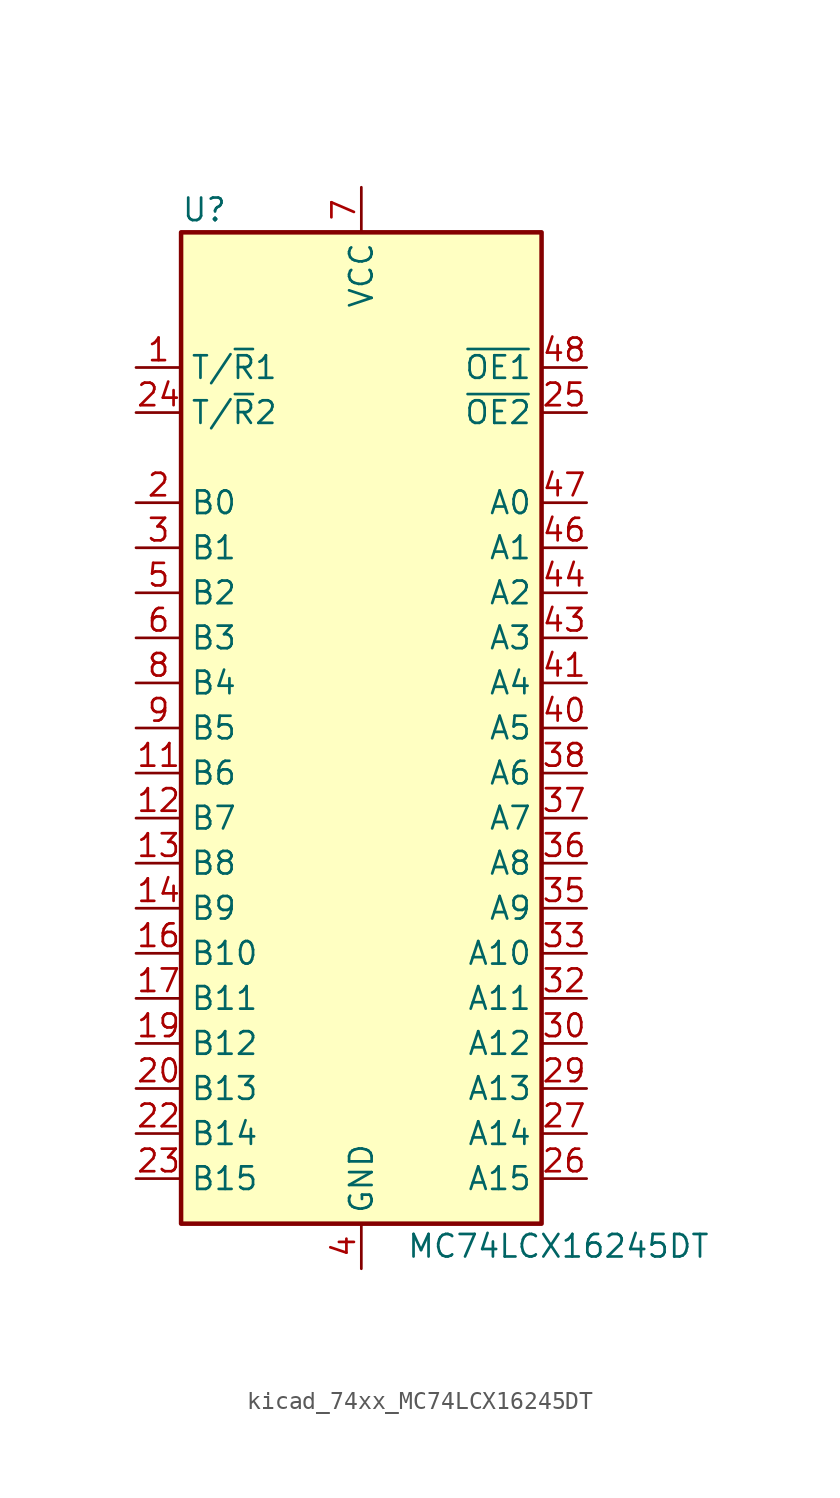
<source format=kicad_sym>
(kicad_symbol_lib
  (version 20220914)
  (generator kicad_symbol_editor)
  (symbol "kicad_74xx_MC74LCX16245DT"
    (property "Reference" "U"
      (at -10.16 29.21 0)
      (effects (font (size 1.27 1.27)) (justify left)))
    (property "Value" "MC74LCX16245DT"
      (at 2.54 -29.21 0)
      (effects (font (size 1.27 1.27)) (justify left)))
    (symbol "kicad_74xx_MC74LCX16245DT_0_1"
      (rectangle (start -10.16 27.94) (end 10.16 -27.94) (stroke (width 0.254) (type default)) (fill (type background))))
    (symbol "kicad_74xx_MC74LCX16245DT_1_1"
      (pin input line (at -12.7 20.32 0) (length 2.54) (name "T/~{R}1" (effects (font (size 1.27 1.27)))) (number "1" (effects (font (size 1.27 1.27)))))
      (pin passive line (at 0 -30.48 90) (length 2.54) hide (name "GND" (effects (font (size 1.27 1.27)))) (number "10" (effects (font (size 1.27 1.27)))))
      (pin bidirectional line (at -12.7 -2.54 0) (length 2.54) (name "B6" (effects (font (size 1.27 1.27)))) (number "11" (effects (font (size 1.27 1.27)))))
      (pin bidirectional line (at -12.7 -5.08 0) (length 2.54) (name "B7" (effects (font (size 1.27 1.27)))) (number "12" (effects (font (size 1.27 1.27)))))
      (pin bidirectional line (at -12.7 -7.62 0) (length 2.54) (name "B8" (effects (font (size 1.27 1.27)))) (number "13" (effects (font (size 1.27 1.27)))))
      (pin bidirectional line (at -12.7 -10.16 0) (length 2.54) (name "B9" (effects (font (size 1.27 1.27)))) (number "14" (effects (font (size 1.27 1.27)))))
      (pin passive line (at 0 -30.48 90) (length 2.54) hide (name "GND" (effects (font (size 1.27 1.27)))) (number "15" (effects (font (size 1.27 1.27)))))
      (pin bidirectional line (at -12.7 -12.7 0) (length 2.54) (name "B10" (effects (font (size 1.27 1.27)))) (number "16" (effects (font (size 1.27 1.27)))))
      (pin bidirectional line (at -12.7 -15.24 0) (length 2.54) (name "B11" (effects (font (size 1.27 1.27)))) (number "17" (effects (font (size 1.27 1.27)))))
      (pin passive line (at 0 30.48 270) (length 2.54) hide (name "VCC" (effects (font (size 1.27 1.27)))) (number "18" (effects (font (size 1.27 1.27)))))
      (pin bidirectional line (at -12.7 -17.78 0) (length 2.54) (name "B12" (effects (font (size 1.27 1.27)))) (number "19" (effects (font (size 1.27 1.27)))))
      (pin bidirectional line (at -12.7 12.7 0) (length 2.54) (name "B0" (effects (font (size 1.27 1.27)))) (number "2" (effects (font (size 1.27 1.27)))))
      (pin bidirectional line (at -12.7 -20.32 0) (length 2.54) (name "B13" (effects (font (size 1.27 1.27)))) (number "20" (effects (font (size 1.27 1.27)))))
      (pin passive line (at 0 -30.48 90) (length 2.54) hide (name "GND" (effects (font (size 1.27 1.27)))) (number "21" (effects (font (size 1.27 1.27)))))
      (pin bidirectional line (at -12.7 -22.86 0) (length 2.54) (name "B14" (effects (font (size 1.27 1.27)))) (number "22" (effects (font (size 1.27 1.27)))))
      (pin bidirectional line (at -12.7 -25.4 0) (length 2.54) (name "B15" (effects (font (size 1.27 1.27)))) (number "23" (effects (font (size 1.27 1.27)))))
      (pin input line (at -12.7 17.78 0) (length 2.54) (name "T/~{R}2" (effects (font (size 1.27 1.27)))) (number "24" (effects (font (size 1.27 1.27)))))
      (pin input line (at 12.7 17.78 180) (length 2.54) (name "~{OE2}" (effects (font (size 1.27 1.27)))) (number "25" (effects (font (size 1.27 1.27)))))
      (pin bidirectional line (at 12.7 -25.4 180) (length 2.54) (name "A15" (effects (font (size 1.27 1.27)))) (number "26" (effects (font (size 1.27 1.27)))))
      (pin bidirectional line (at 12.7 -22.86 180) (length 2.54) (name "A14" (effects (font (size 1.27 1.27)))) (number "27" (effects (font (size 1.27 1.27)))))
      (pin passive line (at 0 -30.48 90) (length 2.54) hide (name "GND" (effects (font (size 1.27 1.27)))) (number "28" (effects (font (size 1.27 1.27)))))
      (pin bidirectional line (at 12.7 -20.32 180) (length 2.54) (name "A13" (effects (font (size 1.27 1.27)))) (number "29" (effects (font (size 1.27 1.27)))))
      (pin bidirectional line (at -12.7 10.16 0) (length 2.54) (name "B1" (effects (font (size 1.27 1.27)))) (number "3" (effects (font (size 1.27 1.27)))))
      (pin bidirectional line (at 12.7 -17.78 180) (length 2.54) (name "A12" (effects (font (size 1.27 1.27)))) (number "30" (effects (font (size 1.27 1.27)))))
      (pin passive line (at 0 30.48 270) (length 2.54) hide (name "VCC" (effects (font (size 1.27 1.27)))) (number "31" (effects (font (size 1.27 1.27)))))
      (pin bidirectional line (at 12.7 -15.24 180) (length 2.54) (name "A11" (effects (font (size 1.27 1.27)))) (number "32" (effects (font (size 1.27 1.27)))))
      (pin bidirectional line (at 12.7 -12.7 180) (length 2.54) (name "A10" (effects (font (size 1.27 1.27)))) (number "33" (effects (font (size 1.27 1.27)))))
      (pin passive line (at 0 -30.48 90) (length 2.54) hide (name "GND" (effects (font (size 1.27 1.27)))) (number "34" (effects (font (size 1.27 1.27)))))
      (pin bidirectional line (at 12.7 -10.16 180) (length 2.54) (name "A9" (effects (font (size 1.27 1.27)))) (number "35" (effects (font (size 1.27 1.27)))))
      (pin bidirectional line (at 12.7 -7.62 180) (length 2.54) (name "A8" (effects (font (size 1.27 1.27)))) (number "36" (effects (font (size 1.27 1.27)))))
      (pin bidirectional line (at 12.7 -5.08 180) (length 2.54) (name "A7" (effects (font (size 1.27 1.27)))) (number "37" (effects (font (size 1.27 1.27)))))
      (pin bidirectional line (at 12.7 -2.54 180) (length 2.54) (name "A6" (effects (font (size 1.27 1.27)))) (number "38" (effects (font (size 1.27 1.27)))))
      (pin passive line (at 0 -30.48 90) (length 2.54) hide (name "GND" (effects (font (size 1.27 1.27)))) (number "39" (effects (font (size 1.27 1.27)))))
      (pin power_in line (at 0 -30.48 90) (length 2.54) (name "GND" (effects (font (size 1.27 1.27)))) (number "4" (effects (font (size 1.27 1.27)))))
      (pin bidirectional line (at 12.7 0 180) (length 2.54) (name "A5" (effects (font (size 1.27 1.27)))) (number "40" (effects (font (size 1.27 1.27)))))
      (pin bidirectional line (at 12.7 2.54 180) (length 2.54) (name "A4" (effects (font (size 1.27 1.27)))) (number "41" (effects (font (size 1.27 1.27)))))
      (pin passive line (at 0 30.48 270) (length 2.54) hide (name "VCC" (effects (font (size 1.27 1.27)))) (number "42" (effects (font (size 1.27 1.27)))))
      (pin bidirectional line (at 12.7 5.08 180) (length 2.54) (name "A3" (effects (font (size 1.27 1.27)))) (number "43" (effects (font (size 1.27 1.27)))))
      (pin bidirectional line (at 12.7 7.62 180) (length 2.54) (name "A2" (effects (font (size 1.27 1.27)))) (number "44" (effects (font (size 1.27 1.27)))))
      (pin passive line (at 0 -30.48 90) (length 2.54) hide (name "GND" (effects (font (size 1.27 1.27)))) (number "45" (effects (font (size 1.27 1.27)))))
      (pin bidirectional line (at 12.7 10.16 180) (length 2.54) (name "A1" (effects (font (size 1.27 1.27)))) (number "46" (effects (font (size 1.27 1.27)))))
      (pin bidirectional line (at 12.7 12.7 180) (length 2.54) (name "A0" (effects (font (size 1.27 1.27)))) (number "47" (effects (font (size 1.27 1.27)))))
      (pin input line (at 12.7 20.32 180) (length 2.54) (name "~{OE1}" (effects (font (size 1.27 1.27)))) (number "48" (effects (font (size 1.27 1.27)))))
      (pin bidirectional line (at -12.7 7.62 0) (length 2.54) (name "B2" (effects (font (size 1.27 1.27)))) (number "5" (effects (font (size 1.27 1.27)))))
      (pin bidirectional line (at -12.7 5.08 0) (length 2.54) (name "B3" (effects (font (size 1.27 1.27)))) (number "6" (effects (font (size 1.27 1.27)))))
      (pin power_in line (at 0 30.48 270) (length 2.54) (name "VCC" (effects (font (size 1.27 1.27)))) (number "7" (effects (font (size 1.27 1.27)))))
      (pin bidirectional line (at -12.7 2.54 0) (length 2.54) (name "B4" (effects (font (size 1.27 1.27)))) (number "8" (effects (font (size 1.27 1.27)))))
      (pin bidirectional line (at -12.7 0 0) (length 2.54) (name "B5" (effects (font (size 1.27 1.27)))) (number "9" (effects (font (size 1.27 1.27))))))))
</source>
